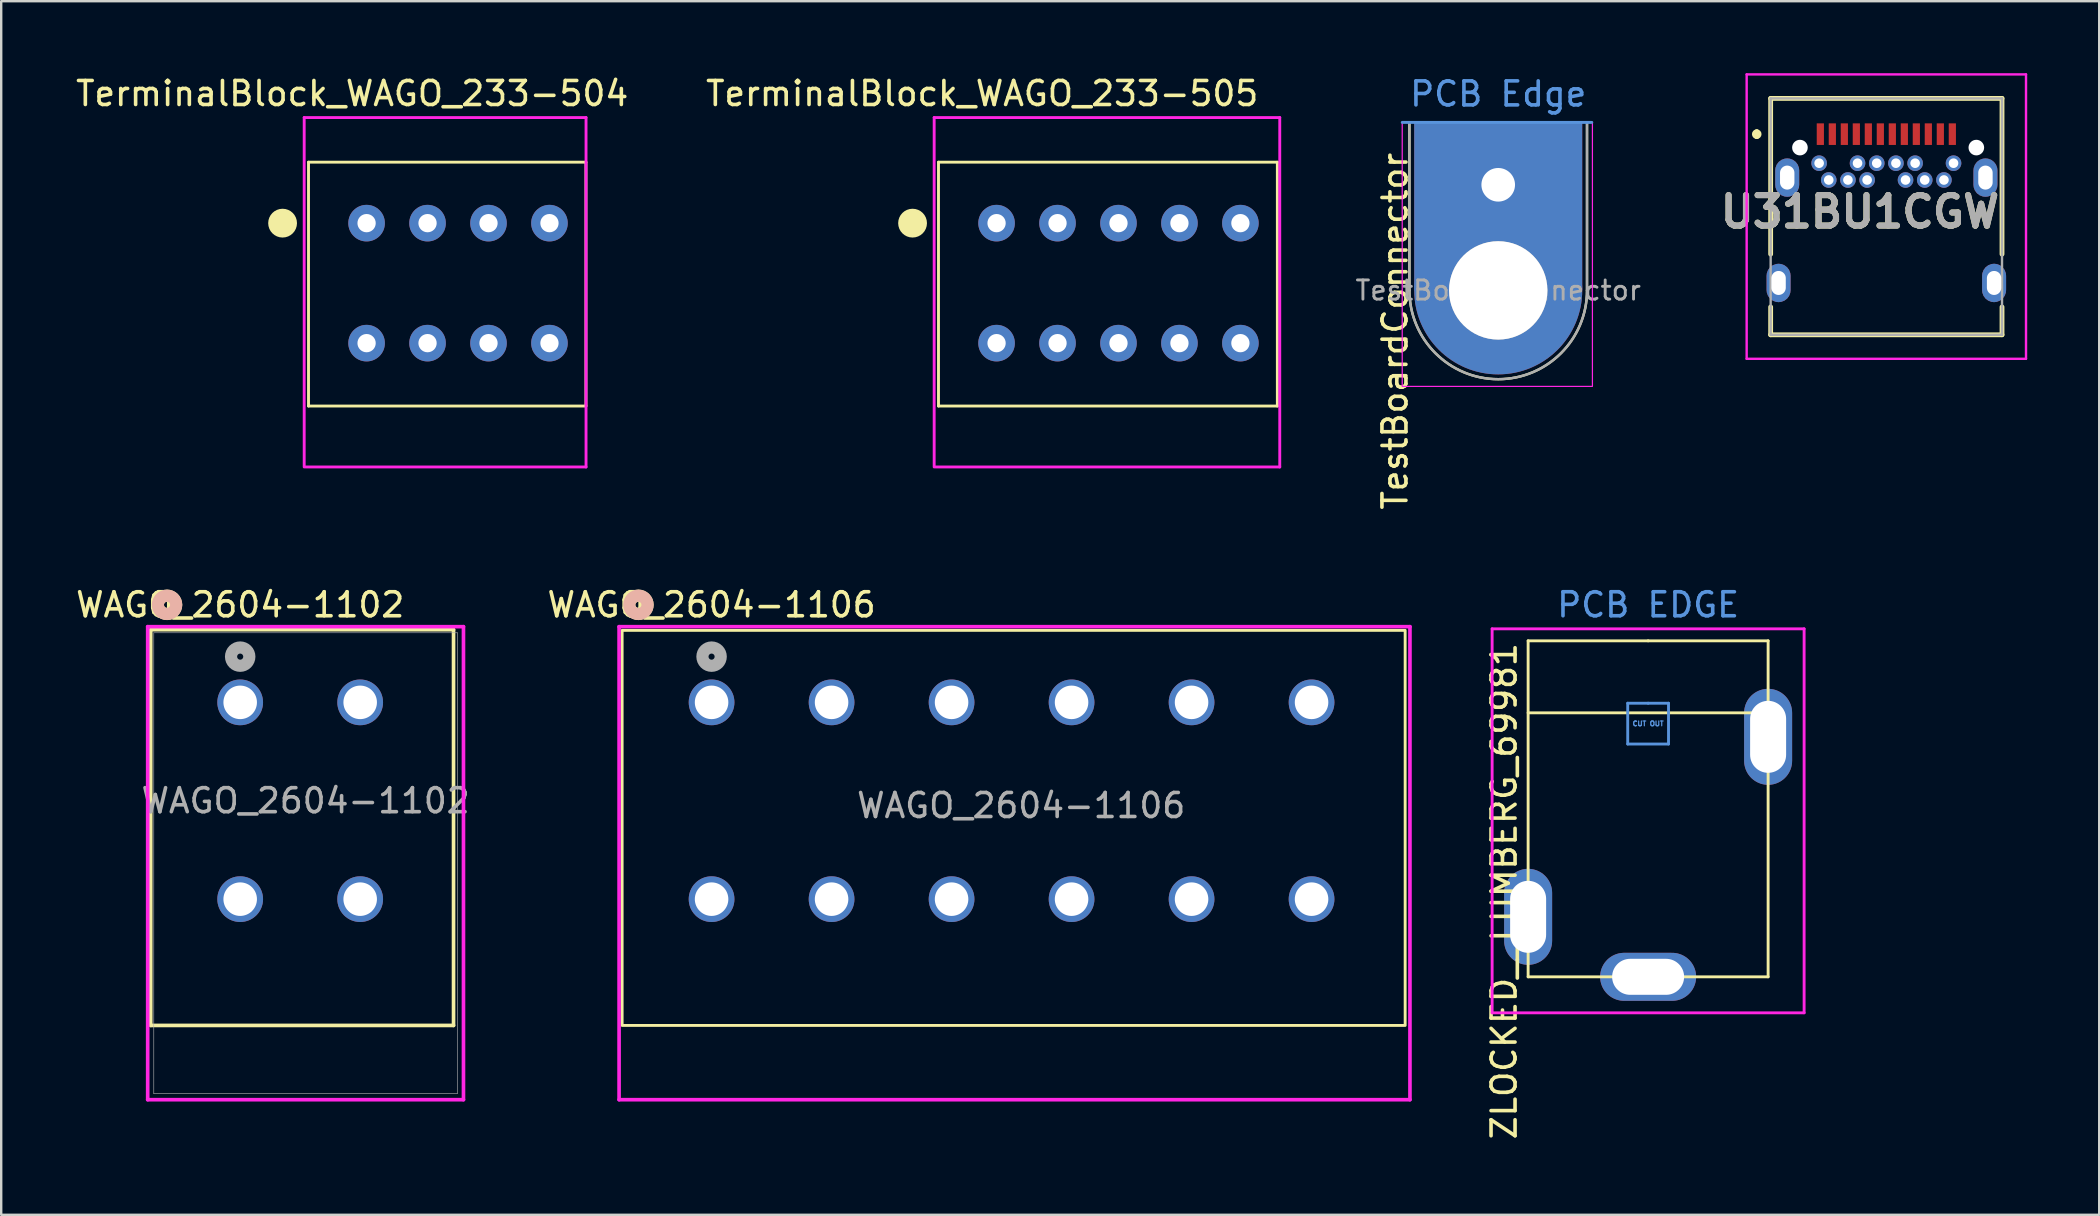
<source format=kicad_pcb>
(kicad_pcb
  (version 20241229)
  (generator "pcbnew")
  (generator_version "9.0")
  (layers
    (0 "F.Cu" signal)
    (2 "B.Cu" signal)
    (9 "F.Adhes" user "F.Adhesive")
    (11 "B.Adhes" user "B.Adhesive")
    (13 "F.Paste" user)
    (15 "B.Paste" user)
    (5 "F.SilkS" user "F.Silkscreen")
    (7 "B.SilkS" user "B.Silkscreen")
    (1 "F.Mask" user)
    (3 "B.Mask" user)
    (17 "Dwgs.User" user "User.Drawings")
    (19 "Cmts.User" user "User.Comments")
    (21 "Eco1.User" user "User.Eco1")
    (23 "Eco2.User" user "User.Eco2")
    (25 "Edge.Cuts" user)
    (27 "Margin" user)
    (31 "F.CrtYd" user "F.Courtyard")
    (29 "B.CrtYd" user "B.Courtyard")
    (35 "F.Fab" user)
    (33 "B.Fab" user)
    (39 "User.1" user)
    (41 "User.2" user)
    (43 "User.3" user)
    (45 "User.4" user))
  (footprint "TerminalBlock_WAGO_233-505"
    (layer "F.Cu")
    (at 38.475 6.248)
    (property "Reference" "TerminalBlock_WAGO_233-505" (at -0.6 -5.4 0) (layer "F.SilkS") (effects (font (size 1 1) (thickness 0.15))))
    (attr through_hole)
    (fp_line (start -2.42 -2.54) (end -2.42 7.62) (stroke (width 0.12) (type solid)) (layer "F.SilkS"))
    (fp_line (start -2.42 -2.54) (end 11.7 -2.54) (stroke (width 0.12) (type solid)) (layer "F.SilkS"))
    (fp_line (start -2.42 7.62) (end 11.7 7.62) (stroke (width 0.12) (type solid)) (layer "F.SilkS"))
    (fp_line (start 11.7 -2.54) (end 11.7 7.62) (stroke (width 0.12) (type solid)) (layer "F.SilkS"))
    (fp_circle (center -3.5 0) (end -3.2 0) (stroke (width 0.6) (type solid)) (fill no) (layer "F.SilkS"))
    (fp_line (start -2.6 -4.4) (end 11.8 -4.4) (stroke (width 0.12) (type solid)) (layer "F.CrtYd"))
    (fp_line (start -2.6 10.16) (end -2.6 -4.4) (stroke (width 0.12) (type solid)) (layer "F.CrtYd"))
    (fp_line (start 11.8 -4.4) (end 11.8 10.16) (stroke (width 0.12) (type solid)) (layer "F.CrtYd"))
    (fp_line (start 11.8 10.16) (end -2.54 10.16) (stroke (width 0.12) (type solid)) (layer "F.CrtYd"))
    (pad "1" thru_hole circle (at 0 0) (size 1.524 1.524) (drill 0.762) (layers "*.Cu" "*.Mask"))
    (pad "1" thru_hole circle (at 0 5) (size 1.524 1.524) (drill 0.762) (layers "*.Cu" "*.Mask"))
    (pad "2" thru_hole circle (at 2.54 0) (size 1.524 1.524) (drill 0.762) (layers "*.Cu" "*.Mask"))
    (pad "2" thru_hole circle (at 2.54 5) (size 1.524 1.524) (drill 0.762) (layers "*.Cu" "*.Mask"))
    (pad "3" thru_hole circle (at 5.08 0) (size 1.524 1.524) (drill 0.762) (layers "*.Cu" "*.Mask"))
    (pad "3" thru_hole circle (at 5.08 5) (size 1.524 1.524) (drill 0.762) (layers "*.Cu" "*.Mask"))
    (pad "4" thru_hole circle (at 7.62 0) (size 1.524 1.524) (drill 0.762) (layers "*.Cu" "*.Mask"))
    (pad "4" thru_hole circle (at 7.62 5) (size 1.524 1.524) (drill 0.762) (layers "*.Cu" "*.Mask"))
    (pad "5" thru_hole circle (at 10.16 0) (size 1.524 1.524) (drill 0.762) (layers "*.Cu" "*.Mask"))
    (pad "5" thru_hole circle (at 10.16 5) (size 1.524 1.524) (drill 0.762) (layers "*.Cu" "*.Mask")))
  (footprint "WAGO_2604-1106"
    (layer "F.Cu")
    (at 26.6 26.216)
    (property "Reference" "WAGO_2604-1106" (at 0 -4.064 0) (unlocked yes) (layer "F.SilkS") (effects (font (size 1 1) (thickness 0.15))))
    (attr through_hole)
    (fp_rect (start -3.727 13.462) (end 28.9 -3) (stroke (width 0.12) (type default)) (fill no) (layer "F.SilkS"))
    (fp_circle (center -3.048 -4.064) (end -2.667 -4.064) (stroke (width 0.508) (type solid)) (fill no) (layer "F.SilkS"))
    (fp_circle (center -3.048 -4.064) (end -2.667 -4.064) (stroke (width 0.508) (type solid)) (fill no) (layer "B.SilkS"))
    (fp_line (start -3.854 -3.154) (end -3.854 16.556) (stroke (width 0.152) (type solid)) (layer "F.CrtYd"))
    (fp_line (start -3.854 16.556) (end 29.1 16.556) (stroke (width 0.152) (type solid)) (layer "F.CrtYd"))
    (fp_line (start 29.1 -3.154) (end -3.854 -3.154) (stroke (width 0.152) (type solid)) (layer "F.CrtYd"))
    (fp_line (start 29.1 16.556) (end 29.1 -3.154) (stroke (width 0.152) (type solid)) (layer "F.CrtYd"))
    (fp_circle (center 0 -1.905) (end 0.381 -1.905) (stroke (width 0.508) (type solid)) (fill no) (layer "F.Fab"))
    (fp_text user "${REFERENCE}" (at 12.9 4.3 0) (unlocked yes) (layer "F.Fab") (effects (font (size 1 1) (thickness 0.15))))
    (pad "1" thru_hole circle (at 0 0) (size 1.905 1.905) (drill 1.397) (layers "*.Cu" "*.Mask"))
    (pad "1" thru_hole circle (at 0 8.2) (size 1.905 1.905) (drill 1.397) (layers "*.Cu" "*.Mask"))
    (pad "2" thru_hole circle (at 5 0) (size 1.905 1.905) (drill 1.397) (layers "*.Cu" "*.Mask"))
    (pad "2" thru_hole circle (at 5 8.2) (size 1.905 1.905) (drill 1.397) (layers "*.Cu" "*.Mask"))
    (pad "3" thru_hole circle (at 10 0) (size 1.905 1.905) (drill 1.397) (layers "*.Cu" "*.Mask"))
    (pad "3" thru_hole circle (at 10 8.2) (size 1.905 1.905) (drill 1.397) (layers "*.Cu" "*.Mask"))
    (pad "4" thru_hole circle (at 15 0) (size 1.905 1.905) (drill 1.397) (layers "*.Cu" "*.Mask"))
    (pad "4" thru_hole circle (at 15 8.2) (size 1.905 1.905) (drill 1.397) (layers "*.Cu" "*.Mask"))
    (pad "5" thru_hole circle (at 20 0) (size 1.905 1.905) (drill 1.397) (layers "*.Cu" "*.Mask"))
    (pad "5" thru_hole circle (at 20 8.2) (size 1.905 1.905) (drill 1.397) (layers "*.Cu" "*.Mask"))
    (pad "6" thru_hole circle (at 25 0) (size 1.905 1.905) (drill 1.397) (layers "*.Cu" "*.Mask"))
    (pad "6" thru_hole circle (at 25 8.2) (size 1.905 1.905) (drill 1.397) (layers "*.Cu" "*.Mask")))
  (footprint "U31BU1CGW"
    (layer "F.Cu")
    (at 75.55 5.975)
    (property "Reference" "U31BU1CGW" (at -1.1 -0.2 0) (layer "F.SilkS") (effects (font (size 1.27 1.27) (thickness 0.254))))
    (attr through_hole)
    (fp_line (start -5.4 -3.535) (end -5.4 -3.535) (stroke (width 0.2) (type solid)) (layer "F.SilkS"))
    (fp_line (start -5.4 -3.335) (end -5.4 -3.335) (stroke (width 0.2) (type solid)) (layer "F.SilkS"))
    (fp_line (start -4.82 -4.925) (end 4.82 -4.925) (stroke (width 0.2) (type solid)) (layer "F.SilkS"))
    (fp_line (start -4.82 1.565) (end -4.82 -4.925) (stroke (width 0.2) (type solid)) (layer "F.SilkS"))
    (fp_line (start -4.82 3.765) (end -4.82 4.925) (stroke (width 0.2) (type solid)) (layer "F.SilkS"))
    (fp_line (start -4.82 4.925) (end 4.82 4.925) (stroke (width 0.2) (type solid)) (layer "F.SilkS"))
    (fp_line (start 4.82 -4.925) (end 4.82 1.565) (stroke (width 0.2) (type solid)) (layer "F.SilkS"))
    (fp_line (start 4.82 4.925) (end 4.82 3.765) (stroke (width 0.2) (type solid)) (layer "F.SilkS"))
    (fp_arc (start -5.4 -3.535) (mid -5.3 -3.435) (end -5.4 -3.335) (stroke (width 0.2) (type solid)) (layer "F.SilkS"))
    (fp_arc (start -5.4 -3.335) (mid -5.5 -3.435) (end -5.4 -3.535) (stroke (width 0.2) (type solid)) (layer "F.SilkS"))
    (fp_line (start -5.82 -5.925) (end 5.82 -5.925) (stroke (width 0.1) (type solid)) (layer "F.CrtYd"))
    (fp_line (start -5.82 5.925) (end -5.82 -5.925) (stroke (width 0.1) (type solid)) (layer "F.CrtYd"))
    (fp_line (start 5.82 -5.925) (end 5.82 5.925) (stroke (width 0.1) (type solid)) (layer "F.CrtYd"))
    (fp_line (start 5.82 5.925) (end -5.82 5.925) (stroke (width 0.1) (type solid)) (layer "F.CrtYd"))
    (fp_line (start -4.82 -4.925) (end 4.82 -4.925) (stroke (width 0.1) (type solid)) (layer "F.Fab"))
    (fp_line (start -4.82 4.925) (end -4.82 -4.925) (stroke (width 0.1) (type solid)) (layer "F.Fab"))
    (fp_line (start 4.82 -4.925) (end 4.82 4.925) (stroke (width 0.1) (type solid)) (layer "F.Fab"))
    (fp_line (start 4.82 4.925) (end -4.82 4.925) (stroke (width 0.1) (type solid)) (layer "F.Fab"))
    (fp_text user "${REFERENCE}" (at -1.1 -0.2 0) (layer "F.Fab") (effects (font (size 1.27 1.27) (thickness 0.254))))
    (pad "" np_thru_hole circle (at -3.6 -2.875) (size 0.65 0.65) (drill 0.65) (layers "*.Cu" "*.Mask"))
    (pad "" np_thru_hole circle (at 3.75 -2.875) (size 0.65 0.65) (drill 0.65) (layers "*.Cu" "*.Mask"))
    (pad "A1" smd rect (at -2.75 -3.435) (size 0.3 0.9) (layers "F.Cu" "F.Mask" "F.Paste"))
    (pad "A2" smd rect (at -2.25 -3.435) (size 0.3 0.9) (layers "F.Cu" "F.Mask" "F.Paste"))
    (pad "A3" smd rect (at -1.75 -3.435) (size 0.3 0.9) (layers "F.Cu" "F.Mask" "F.Paste"))
    (pad "A4" smd rect (at -1.25 -3.435) (size 0.3 0.9) (layers "F.Cu" "F.Mask" "F.Paste"))
    (pad "A5" smd rect (at -0.75 -3.435) (size 0.3 0.9) (layers "F.Cu" "F.Mask" "F.Paste"))
    (pad "A6" smd rect (at -0.25 -3.435) (size 0.3 0.9) (layers "F.Cu" "F.Mask" "F.Paste"))
    (pad "A7" smd rect (at 0.25 -3.435) (size 0.3 0.9) (layers "F.Cu" "F.Mask" "F.Paste"))
    (pad "A8" smd rect (at 0.75 -3.435) (size 0.3 0.9) (layers "F.Cu" "F.Mask" "F.Paste"))
    (pad "A9" smd rect (at 1.25 -3.435) (size 0.3 0.9) (layers "F.Cu" "F.Mask" "F.Paste"))
    (pad "A10" smd rect (at 1.75 -3.435) (size 0.3 0.9) (layers "F.Cu" "F.Mask" "F.Paste"))
    (pad "A11" smd rect (at 2.25 -3.435) (size 0.3 0.9) (layers "F.Cu" "F.Mask" "F.Paste"))
    (pad "A12" smd rect (at 2.75 -3.435) (size 0.3 0.9) (layers "F.Cu" "F.Mask" "F.Paste"))
    (pad "B1" thru_hole circle (at 2.8 -2.225) (size 0.65 0.65) (drill 0.4) (layers "*.Cu" "*.Mask"))
    (pad "B2" thru_hole circle (at 2.4 -1.525) (size 0.65 0.65) (drill 0.4) (layers "*.Cu" "*.Mask"))
    (pad "B3" thru_hole circle (at 1.6 -1.525) (size 0.65 0.65) (drill 0.4) (layers "*.Cu" "*.Mask"))
    (pad "B4" thru_hole circle (at 1.2 -2.225) (size 0.65 0.65) (drill 0.4) (layers "*.Cu" "*.Mask"))
    (pad "B5" thru_hole circle (at 0.8 -1.525) (size 0.65 0.65) (drill 0.4) (layers "*.Cu" "*.Mask"))
    (pad "B6" thru_hole circle (at 0.4 -2.225) (size 0.65 0.65) (drill 0.4) (layers "*.Cu" "*.Mask"))
    (pad "B7" thru_hole circle (at -0.4 -2.225) (size 0.65 0.65) (drill 0.4) (layers "*.Cu" "*.Mask"))
    (pad "B8" thru_hole circle (at -0.8 -1.525) (size 0.65 0.65) (drill 0.4) (layers "*.Cu" "*.Mask"))
    (pad "B9" thru_hole circle (at -1.2 -2.225) (size 0.65 0.65) (drill 0.4) (layers "*.Cu" "*.Mask"))
    (pad "B10" thru_hole circle (at -1.6 -1.525) (size 0.65 0.65) (drill 0.4) (layers "*.Cu" "*.Mask"))
    (pad "B11" thru_hole circle (at -2.4 -1.525) (size 0.65 0.65) (drill 0.4) (layers "*.Cu" "*.Mask"))
    (pad "B12" thru_hole circle (at -2.8 -2.225) (size 0.65 0.65) (drill 0.4) (layers "*.Cu" "*.Mask"))
    (pad "MH1" thru_hole roundrect (at -4.13 -1.625) (size 1 1.6) (drill oval 0.6 1) (layers "*.Cu" "*.Mask") (roundrect_rratio 0.5))
    (pad "MH2" thru_hole roundrect (at 4.13 -1.625) (size 1 1.6) (drill oval 0.6 1) (layers "*.Cu" "*.Mask") (roundrect_rratio 0.5))
    (pad "MH3" thru_hole roundrect (at -4.49 2.765) (size 1 1.6) (drill oval 0.6 1) (layers "*.Cu" "*.Mask") (roundrect_rratio 0.5))
    (pad "MH4" thru_hole roundrect (at 4.49 2.765) (size 1 1.6) (drill oval 0.6 1) (layers "*.Cu" "*.Mask") (roundrect_rratio 0.5)))
  (footprint "ZLOCKED__LUMBERG_69981"
    (layer "F.Cu")
    (at 65.624 26.652)
    (property "Reference" "ZLOCKED__LUMBERG_69981" (at -6 -3 90) (layer "F.SilkS") (effects (font (size 1 1) (thickness 0.15)) (justify right)))
    (attr through_hole)
    (fp_line (start -5 -3) (end 0 -3) (stroke (width 0.12) (type solid)) (layer "F.SilkS"))
    (fp_line (start -5 0) (end 5 0) (stroke (width 0.12) (type solid)) (layer "F.SilkS"))
    (fp_line (start -5 11) (end -5 -3) (stroke (width 0.12) (type solid)) (layer "F.SilkS"))
    (fp_line (start 0 -3) (end 5 -3) (stroke (width 0.12) (type solid)) (layer "F.SilkS"))
    (fp_line (start 5 -3) (end 5 11) (stroke (width 0.12) (type solid)) (layer "F.SilkS"))
    (fp_line (start 5 11) (end -5 11) (stroke (width 0.12) (type solid)) (layer "F.SilkS"))
    (fp_line (start -0.85 -0.4) (end 0 -0.4) (stroke (width 0.12) (type solid)) (layer "Cmts.User"))
    (fp_line (start -0.85 1.3) (end -0.85 -0.4) (stroke (width 0.12) (type solid)) (layer "Cmts.User"))
    (fp_line (start 0 -0.4) (end 0.85 -0.4) (stroke (width 0.12) (type solid)) (layer "Cmts.User"))
    (fp_line (start 0.85 -0.4) (end 0.85 1.3) (stroke (width 0.12) (type solid)) (layer "Cmts.User"))
    (fp_line (start 0.85 1.3) (end -0.85 1.3) (stroke (width 0.12) (type solid)) (layer "Cmts.User"))
    (fp_line (start -6.5 -3.5) (end -6.5 12.5) (stroke (width 0.12) (type solid)) (layer "F.CrtYd"))
    (fp_line (start -6.5 -3.5) (end 6.5 -3.5) (stroke (width 0.12) (type solid)) (layer "F.CrtYd"))
    (fp_line (start -6.5 12.5) (end 6.5 12.5) (stroke (width 0.12) (type solid)) (layer "F.CrtYd"))
    (fp_line (start 6.5 12.5) (end 6.5 -3.5) (stroke (width 0.12) (type solid)) (layer "F.CrtYd"))
    (fp_text user "CUT OUT" (at 0 0.45 0) (layer "Cmts.User") (effects (font (size 0.2 0.2) (thickness 0.05))))
    (fp_text user "PCB EDGE" (at 0 -4.5 0) (layer "Cmts.User") (effects (font (size 1 1) (thickness 0.15))))
    (pad "1" thru_hole oval (at 0 11) (size 4 2) (drill oval 3 1.5) (layers "*.Cu" "*.Mask"))
    (pad "2" thru_hole oval (at -5 8.5 90) (size 4 2) (drill oval 3 1.5) (layers "*.Cu" "*.Mask"))
    (pad "2" thru_hole oval (at 5 1 90) (size 4 2) (drill oval 3 1.5) (layers "*.Cu" "*.Mask")))
  (footprint "TestBoardConnector"
    (layer "F.Cu")
    (at 59.378 9.05)
    (property "Reference" "TestBoardConnector" (at -4.3 1.7 90) (layer "F.SilkS") (effects (font (size 1 1) (thickness 0.15))))
    (attr through_hole)
    (fp_line (start -3.7 0) (end -3.7 -7) (stroke (width 0.1) (type default)) (layer "F.SilkS"))
    (fp_line (start 3.7 -7) (end 3.7 0) (stroke (width 0.1) (type default)) (layer "F.SilkS"))
    (fp_arc (start 3.7 0) (mid 0 3.7) (end -3.7 0) (stroke (width 0.1) (type default)) (layer "F.SilkS"))
    (fp_line (start -4 -7) (end 3.9 -7) (stroke (width 0.12) (type default)) (layer "Cmts.User"))
    (fp_rect (start -4 4) (end 3.925 -7) (stroke (width 0.05) (type default)) (fill no) (layer "F.CrtYd"))
    (fp_line (start -3.7 0) (end -3.7 -7) (stroke (width 0.1) (type default)) (layer "F.Fab"))
    (fp_line (start 3.7 -7) (end 3.7 0) (stroke (width 0.1) (type default)) (layer "F.Fab"))
    (fp_arc (start 3.7 0) (mid 0 3.7) (end -3.7 0) (stroke (width 0.1) (type default)) (layer "F.Fab"))
    (fp_circle (center 0 0) (end 2 0) (stroke (width 0.1) (type solid)) (fill no) (layer "F.Fab"))
    (fp_text user "PCB Edge" (at 0 -7.6 0) (unlocked yes) (layer "Cmts.User") (effects (font (size 1 1) (thickness 0.15)) (justify bottom)))
    (fp_text user "${REFERENCE}" (at 0 0 0) (layer "F.Fab") (effects (font (size 0.8 0.8) (thickness 0.12))))
    (pad "1" thru_hole circle (at 0 -4.4) (size 2 2) (drill 1.4) (property pad_prop_heatsink) (layers "*.Cu" "*.Mask"))
    (pad "1" smd rect (at 0 -3.5) (size 7 7) (layers "F.Cu" "F.Mask"))
    (pad "1" smd rect (at 0 -3.5) (size 7 7) (layers "B.Cu" "B.Mask"))
    (pad "1" thru_hole circle (at 0 0) (size 7 7) (drill 4.1) (layers "*.Cu" "*.Mask")))
  (footprint "WAGO_2604-1102"
    (layer "F.Cu")
    (at 6.958 26.216)
    (property "Reference" "WAGO_2604-1102" (at 0 -4.064 0) (unlocked yes) (layer "F.SilkS") (effects (font (size 1 1) (thickness 0.15))))
    (attr through_hole)
    (fp_line (start -3.727 -3.027) (end -3.727 13.462) (stroke (width 0.152) (type solid)) (layer "F.SilkS"))
    (fp_line (start -3.727 13.462) (end 8.89 13.462) (stroke (width 0.152) (type solid)) (layer "F.SilkS"))
    (fp_line (start 8.89 -3.027) (end -3.727 -3.027) (stroke (width 0.152) (type solid)) (layer "F.SilkS"))
    (fp_line (start 8.89 13.462) (end 8.89 -3.027) (stroke (width 0.152) (type solid)) (layer "F.SilkS"))
    (fp_circle (center -3.048 -4.064) (end -2.667 -4.064) (stroke (width 0.508) (type solid)) (fill no) (layer "F.SilkS"))
    (fp_circle (center -3.048 -4.064) (end -2.667 -4.064) (stroke (width 0.508) (type solid)) (fill no) (layer "B.SilkS"))
    (fp_line (start -3.854 -3.154) (end -3.854 16.556) (stroke (width 0.152) (type solid)) (layer "F.CrtYd"))
    (fp_line (start -3.854 16.556) (end 9.304 16.556) (stroke (width 0.152) (type solid)) (layer "F.CrtYd"))
    (fp_line (start 9.304 -3.154) (end -3.854 -3.154) (stroke (width 0.152) (type solid)) (layer "F.CrtYd"))
    (fp_line (start 9.304 16.556) (end 9.304 -3.154) (stroke (width 0.152) (type solid)) (layer "F.CrtYd"))
    (fp_line (start -3.6 -2.9) (end -3.6 16.302) (stroke (width 0.025) (type solid)) (layer "F.Fab"))
    (fp_line (start -3.6 16.302) (end 9.05 16.302) (stroke (width 0.025) (type solid)) (layer "F.Fab"))
    (fp_line (start 9.05 -2.9) (end -3.6 -2.9) (stroke (width 0.025) (type solid)) (layer "F.Fab"))
    (fp_line (start 9.05 16.302) (end 9.05 -2.9) (stroke (width 0.025) (type solid)) (layer "F.Fab"))
    (fp_circle (center 0 -1.905) (end 0.381 -1.905) (stroke (width 0.508) (type solid)) (fill no) (layer "F.Fab"))
    (fp_text user "${REFERENCE}" (at 2.725 4.1 0) (unlocked yes) (layer "F.Fab") (effects (font (size 1 1) (thickness 0.15))))
    (pad "1" thru_hole circle (at 0 0) (size 1.905 1.905) (drill 1.397) (layers "*.Cu" "*.Mask"))
    (pad "1" thru_hole circle (at 0 8.2) (size 1.905 1.905) (drill 1.397) (layers "*.Cu" "*.Mask"))
    (pad "2" thru_hole circle (at 5 0) (size 1.905 1.905) (drill 1.397) (layers "*.Cu" "*.Mask"))
    (pad "2" thru_hole circle (at 5 8.2) (size 1.905 1.905) (drill 1.397) (layers "*.Cu" "*.Mask")))
  (footprint "TerminalBlock_WAGO_233-504"
    (layer "F.Cu")
    (at 12.225 6.248)
    (property "Reference" "TerminalBlock_WAGO_233-504" (at -0.6 -5.4 0) (layer "F.SilkS") (effects (font (size 1 1) (thickness 0.15))))
    (attr through_hole)
    (fp_line (start -2.42 -2.54) (end -2.42 7.62) (stroke (width 0.12) (type solid)) (layer "F.SilkS"))
    (fp_line (start -2.42 -2.54) (end 9.14 -2.54) (stroke (width 0.12) (type solid)) (layer "F.SilkS"))
    (fp_line (start -2.42 7.62) (end 9.14 7.62) (stroke (width 0.12) (type solid)) (layer "F.SilkS"))
    (fp_line (start 9.14 -2.54) (end 9.14 7.62) (stroke (width 0.12) (type solid)) (layer "F.SilkS"))
    (fp_circle (center -3.5 0) (end -3.2 0) (stroke (width 0.6) (type solid)) (fill no) (layer "F.SilkS"))
    (fp_line (start -2.6 -4.4) (end 9.144 -4.4) (stroke (width 0.12) (type solid)) (layer "F.CrtYd"))
    (fp_line (start -2.6 10.16) (end -2.6 -4.4) (stroke (width 0.12) (type solid)) (layer "F.CrtYd"))
    (fp_line (start 9.144 -4.4) (end 9.144 10.16) (stroke (width 0.12) (type solid)) (layer "F.CrtYd"))
    (fp_line (start 9.144 10.16) (end -2.54 10.16) (stroke (width 0.12) (type solid)) (layer "F.CrtYd"))
    (pad "1" thru_hole circle (at 0 0) (size 1.524 1.524) (drill 0.762) (layers "*.Cu" "*.Mask"))
    (pad "1" thru_hole circle (at 0 5) (size 1.524 1.524) (drill 0.762) (layers "*.Cu" "*.Mask"))
    (pad "2" thru_hole circle (at 2.54 0) (size 1.524 1.524) (drill 0.762) (layers "*.Cu" "*.Mask"))
    (pad "2" thru_hole circle (at 2.54 5) (size 1.524 1.524) (drill 0.762) (layers "*.Cu" "*.Mask"))
    (pad "3" thru_hole circle (at 5.08 0) (size 1.524 1.524) (drill 0.762) (layers "*.Cu" "*.Mask"))
    (pad "3" thru_hole circle (at 5.08 5) (size 1.524 1.524) (drill 0.762) (layers "*.Cu" "*.Mask"))
    (pad "4" thru_hole circle (at 7.62 0) (size 1.524 1.524) (drill 0.762) (layers "*.Cu" "*.Mask"))
    (pad "4" thru_hole circle (at 7.62 5) (size 1.524 1.524) (drill 0.762) (layers "*.Cu" "*.Mask")))
  (gr_rect
    (start -3 -3)
    (end 84.42 47.568)
    (stroke (width 0.1) (type default))
    (fill no)
    (layer "Edge.Cuts")))
</source>
